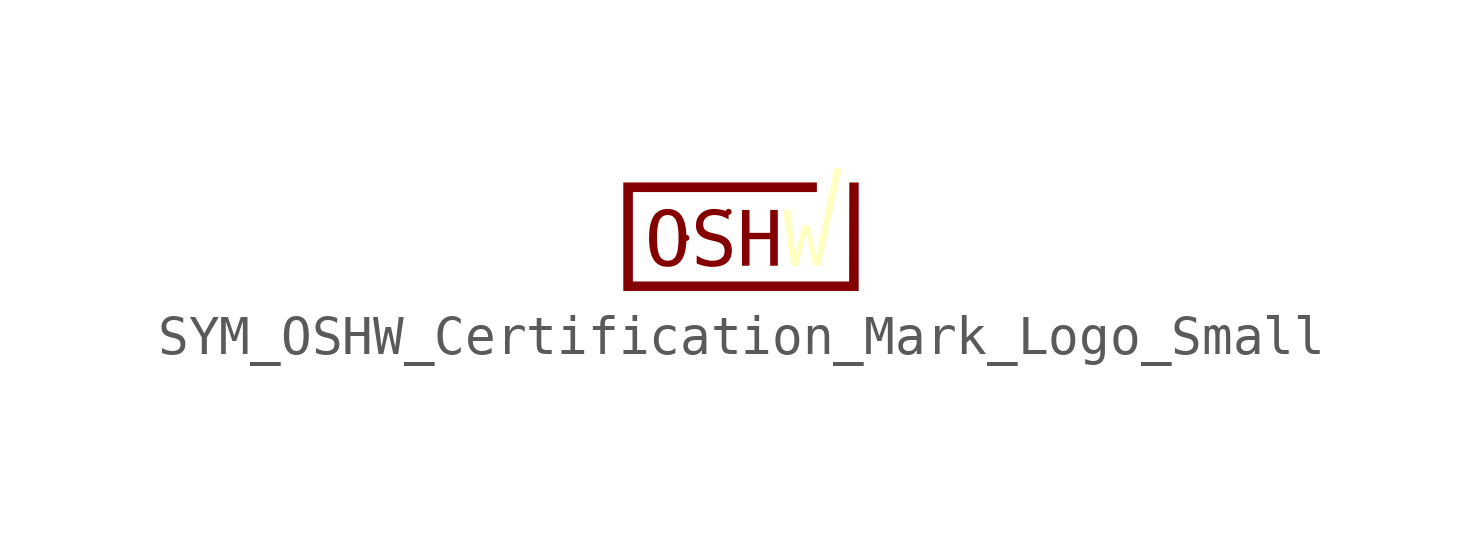
<source format=kicad_sym>
(kicad_symbol_lib
  (version 20220914)
  (generator kicad_symbol_editor)
  (symbol "SYM_OSHW_Certification_Mark_Logo_Small"
    (property "Reference" "LOGO"
      (at 0 0 0)
      (effects (font (size 1.27 1.27)) hide))
    (symbol "SYM_OSHW_Certification_Mark_Logo_Small_1_1"
      (polyline (pts (xy -1.391 -0.214) (xy -1.391 -0.214) (xy -1.391 -0.214)) (stroke (width 0) (type default)) (fill (type outline)))
      (polyline (pts (xy -0.316 0.45) (xy -0.316 0.45) (xy -0.316 0.45)) (stroke (width 0) (type default)) (fill (type outline)))
      (polyline (pts (xy 3 -1.568) (xy -3 -1.568) (xy -3 1.199) (xy -3 1.199) (xy 1.934 1.199) (xy 1.934 0.955) (xy -2.756 0.955) (xy -2.756 -1.324) (xy 2.756 -1.324) (xy 2.761 1.199) (xy 3 1.199)) (stroke (width -0.0001) (type default)) (fill (type outline)))
      (polyline (pts (xy 0.217 -0.085) (xy 0.744 -0.085) (xy 0.744 0.499) (xy 0.938 0.499) (xy 0.938 -0.924) (xy 0.744 -0.924) (xy 0.744 -0.247) (xy 0.217 -0.247) (xy 0.217 -0.924) (xy 0.024 -0.924) (xy 0.024 0.499) (xy 0.217 0.499)) (stroke (width -0.0001) (type default)) (fill (type outline)))
      (polyline (pts (xy 2.03 -0.924) (xy 1.848 -0.924) (xy 1.655 -0.079) (xy 1.462 -0.924) (xy 1.28 -0.924) (xy 1.068 0.499) (xy 1.256 0.499) (xy 1.392 -0.656) (xy 1.554 0.108) (xy 1.755 0.108) (xy 1.919 -0.658) (xy 2.38 1.556) (xy 2.568 1.556)) (stroke (width -0.0001) (type default)) (fill (type background)))
      (polyline (pts (xy -1.838 0.524) (xy -1.809 0.521) (xy -1.782 0.518) (xy -1.755 0.513) (xy -1.729 0.506) (xy -1.704 0.499) (xy -1.681 0.489) (xy -1.658 0.479) (xy -1.636 0.467) (xy -1.615 0.453) (xy -1.595 0.438) (xy -1.576 0.421) (xy -1.558 0.404) (xy -1.541 0.384) (xy -1.525 0.363) (xy -1.509 0.341) (xy -1.495 0.318) (xy -1.482 0.293) (xy -1.469 0.266) (xy -1.458 0.238) (xy -1.447 0.208) (xy -1.437 0.177) (xy -1.429 0.145) (xy -1.421 0.111) (xy -1.414 0.075) (xy -1.408 0.039) (xy -1.403 0.0001) (xy -1.399 -0.04) (xy -1.395 -0.081) (xy -1.393 -0.124) (xy -1.392 -0.168) (xy -1.391 -0.214) (xy -1.392 -0.26) (xy -1.393 -0.304) (xy -1.395 -0.347) (xy -1.399 -0.388) (xy -1.403 -0.428) (xy -1.408 -0.466) (xy -1.414 -0.503) (xy -1.421 -0.539) (xy -1.429 -0.573) (xy -1.437 -0.605) (xy -1.447 -0.636) (xy -1.458 -0.666) (xy -1.469 -0.694) (xy -1.482 -0.72) (xy -1.495 -0.745) (xy -1.509 -0.769) (xy -1.517 -0.78) (xy -1.525 -0.791) (xy -1.532 -0.802) (xy -1.541 -0.812) (xy -1.549 -0.822) (xy -1.558 -0.831) (xy -1.567 -0.84) (xy -1.576 -0.849) (xy -1.585 -0.857) (xy -1.595 -0.865) (xy -1.605 -0.873) (xy -1.615 -0.88) (xy -1.625 -0.887) (xy -1.636 -0.894) (xy -1.647 -0.9) (xy -1.658 -0.906) (xy -1.669 -0.912) (xy -1.681 -0.917) (xy -1.692 -0.922) (xy -1.704 -0.926) (xy -1.717 -0.93) (xy -1.729 -0.934) (xy -1.742 -0.937) (xy -1.755 -0.94) (xy -1.768 -0.943) (xy -1.782 -0.945) (xy -1.809 -0.949) (xy -1.838 -0.951) (xy -1.868 -0.952) (xy -1.897 -0.951) (xy -1.926 -0.949) (xy -1.954 -0.945) (xy -1.981 -0.941) (xy -2.006 -0.934) (xy -2.031 -0.926) (xy -2.055 -0.917) (xy -2.078 -0.906) (xy -2.1 -0.894) (xy -2.121 -0.881) (xy -2.141 -0.866) (xy -2.16 -0.85) (xy -2.178 -0.832) (xy -2.195 -0.812) (xy -2.211 -0.792) (xy -2.226 -0.77) (xy -2.24 -0.746) (xy -2.254 -0.721) (xy -2.266 -0.695) (xy -2.277 -0.667) (xy -2.288 -0.637) (xy -2.297 -0.606) (xy -2.306 -0.574) (xy -2.314 -0.54) (xy -2.321 -0.504) (xy -2.327 -0.468) (xy -2.332 -0.429) (xy -2.336 -0.389) (xy -2.339 -0.348) (xy -2.341 -0.305) (xy -2.343 -0.26) (xy -2.343 -0.214) (xy -2.142 -0.214) (xy -2.141 -0.29) (xy -2.138 -0.359) (xy -2.133 -0.424) (xy -2.126 -0.482) (xy -2.122 -0.509) (xy -2.117 -0.535) (xy -2.112 -0.56) (xy -2.106 -0.583) (xy -2.1 -0.605) (xy -2.093 -0.625) (xy -2.086 -0.644) (xy -2.078 -0.661) (xy -2.07 -0.677) (xy -2.066 -0.685) (xy -2.061 -0.693) (xy -2.056 -0.7) (xy -2.051 -0.707) (xy -2.046 -0.714) (xy -2.041 -0.72) (xy -2.035 -0.726) (xy -2.03 -0.732) (xy -2.024 -0.738) (xy -2.018 -0.743) (xy -2.012 -0.748) (xy -2.006 -0.753) (xy -2 -0.758) (xy -1.993 -0.762) (xy -1.987 -0.766) (xy -1.98 -0.77) (xy -1.973 -0.773) (xy -1.966 -0.777) (xy -1.958 -0.78) (xy -1.951 -0.782) (xy -1.943 -0.785) (xy -1.936 -0.787) (xy -1.928 -0.789) (xy -1.92 -0.791) (xy -1.911 -0.792) (xy -1.903 -0.793) (xy -1.894 -0.794) (xy -1.886 -0.795) (xy -1.868 -0.795) (xy -1.85 -0.795) (xy -1.832 -0.793) (xy -1.816 -0.791) (xy -1.8 -0.787) (xy -1.784 -0.782) (xy -1.769 -0.777) (xy -1.755 -0.77) (xy -1.742 -0.762) (xy -1.729 -0.753) (xy -1.717 -0.743) (xy -1.705 -0.733) (xy -1.694 -0.721) (xy -1.684 -0.708) (xy -1.674 -0.693) (xy -1.665 -0.678) (xy -1.657 -0.662) (xy -1.649 -0.645) (xy -1.642 -0.626) (xy -1.635 -0.605) (xy -1.629 -0.584) (xy -1.623 -0.561) (xy -1.618 -0.536) (xy -1.613 -0.51) (xy -1.609 -0.483) (xy -1.605 -0.454) (xy -1.601 -0.424) (xy -1.599 -0.393) (xy -1.596 -0.36) (xy -1.595 -0.326) (xy -1.593 -0.29) (xy -1.593 -0.253) (xy -1.592 -0.214) (xy -1.593 -0.139) (xy -1.596 -0.069) (xy -1.601 -0.004) (xy -1.609 0.054) (xy -1.613 0.082) (xy -1.618 0.108) (xy -1.623 0.132) (xy -1.629 0.155) (xy -1.635 0.177) (xy -1.642 0.197) (xy -1.649 0.216) (xy -1.657 0.234) (xy -1.665 0.25) (xy -1.67 0.258) (xy -1.674 0.265) (xy -1.679 0.272) (xy -1.684 0.279) (xy -1.689 0.286) (xy -1.694 0.292) (xy -1.7 0.299) (xy -1.705 0.305) (xy -1.711 0.31) (xy -1.717 0.316) (xy -1.723 0.321) (xy -1.729 0.326) (xy -1.735 0.33) (xy -1.742 0.335) (xy -1.748 0.339) (xy -1.755 0.342) (xy -1.762 0.346) (xy -1.769 0.349) (xy -1.777 0.352) (xy -1.784 0.355) (xy -1.792 0.357) (xy -1.8 0.36) (xy -1.808 0.362) (xy -1.816 0.363) (xy -1.824 0.365) (xy -1.832 0.366) (xy -1.841 0.367) (xy -1.85 0.368) (xy -1.868 0.368) (xy -1.886 0.368) (xy -1.903 0.366) (xy -1.92 0.363) (xy -1.936 0.36) (xy -1.951 0.355) (xy -1.966 0.349) (xy -1.98 0.342) (xy -1.993 0.335) (xy -2.006 0.326) (xy -2.018 0.316) (xy -2.03 0.305) (xy -2.041 0.292) (xy -2.051 0.279) (xy -2.061 0.265) (xy -2.07 0.25) (xy -2.078 0.234) (xy -2.086 0.216) (xy -2.093 0.197) (xy -2.1 0.177) (xy -2.106 0.155) (xy -2.112 0.132) (xy -2.117 0.108) (xy -2.122 0.082) (xy -2.126 0.054) (xy -2.13 0.026) (xy -2.133 -0.004) (xy -2.136 -0.036) (xy -2.138 -0.069) (xy -2.14 -0.103) (xy -2.141 -0.139) (xy -2.142 -0.176) (xy -2.142 -0.214) (xy -2.343 -0.214) (xy -2.343 -0.168) (xy -2.341 -0.124) (xy -2.339 -0.081) (xy -2.336 -0.04) (xy -2.332 0.0001) (xy -2.327 0.039) (xy -2.321 0.075) (xy -2.314 0.111) (xy -2.306 0.145) (xy -2.297 0.177) (xy -2.288 0.208) (xy -2.277 0.238) (xy -2.266 0.266) (xy -2.254 0.293) (xy -2.24 0.318) (xy -2.226 0.341) (xy -2.219 0.353) (xy -2.211 0.363) (xy -2.203 0.374) (xy -2.195 0.384) (xy -2.186 0.394) (xy -2.178 0.404) (xy -2.169 0.413) (xy -2.159 0.421) (xy -2.15 0.43) (xy -2.14 0.438) (xy -2.131 0.446) (xy -2.12 0.453) (xy -2.11 0.46) (xy -2.099 0.467) (xy -2.088 0.473) (xy -2.077 0.479) (xy -2.066 0.484) (xy -2.055 0.489) (xy -2.043 0.494) (xy -2.031 0.499) (xy -2.018 0.503) (xy -2.006 0.506) (xy -1.993 0.51) (xy -1.98 0.513) (xy -1.954 0.518) (xy -1.926 0.521) (xy -1.897 0.524) (xy -1.868 0.524)) (stroke (width -0.0001) (type default)) (fill (type outline)))
      (polyline (pts (xy -0.658 0.524) (xy -0.638 0.523) (xy -0.616 0.521) (xy -0.595 0.519) (xy -0.573 0.517) (xy -0.551 0.513) (xy -0.529 0.509) (xy -0.507 0.505) (xy -0.484 0.5) (xy -0.461 0.495) (xy -0.437 0.489) (xy -0.414 0.482) (xy -0.39 0.475) (xy -0.365 0.467) (xy -0.341 0.459) (xy -0.316 0.45) (xy -0.316 0.254) (xy -0.338 0.268) (xy -0.36 0.281) (xy -0.382 0.293) (xy -0.404 0.304) (xy -0.426 0.314) (xy -0.448 0.323) (xy -0.47 0.332) (xy -0.492 0.339) (xy -0.514 0.346) (xy -0.536 0.352) (xy -0.558 0.357) (xy -0.58 0.361) (xy -0.603 0.364) (xy -0.625 0.366) (xy -0.647 0.367) (xy -0.67 0.368) (xy -0.686 0.368) (xy -0.703 0.367) (xy -0.719 0.366) (xy -0.734 0.364) (xy -0.749 0.362) (xy -0.764 0.359) (xy -0.778 0.356) (xy -0.791 0.352) (xy -0.805 0.348) (xy -0.818 0.343) (xy -0.83 0.338) (xy -0.842 0.332) (xy -0.853 0.326) (xy -0.864 0.319) (xy -0.875 0.312) (xy -0.885 0.304) (xy -0.894 0.296) (xy -0.903 0.287) (xy -0.912 0.279) (xy -0.919 0.27) (xy -0.927 0.26) (xy -0.933 0.251) (xy -0.939 0.24) (xy -0.944 0.23) (xy -0.949 0.219) (xy -0.953 0.208) (xy -0.956 0.196) (xy -0.959 0.184) (xy -0.961 0.172) (xy -0.963 0.16) (xy -0.964 0.147) (xy -0.964 0.133) (xy -0.964 0.122) (xy -0.963 0.111) (xy -0.962 0.1) (xy -0.961 0.089) (xy -0.959 0.079) (xy -0.957 0.069) (xy -0.954 0.059) (xy -0.951 0.05) (xy -0.948 0.041) (xy -0.944 0.033) (xy -0.94 0.025) (xy -0.935 0.017) (xy -0.93 0.01) (xy -0.925 0.003) (xy -0.919 -0.004) (xy -0.913 -0.011) (xy -0.906 -0.017) (xy -0.898 -0.023) (xy -0.89 -0.029) (xy -0.881 -0.034) (xy -0.871 -0.04) (xy -0.861 -0.045) (xy -0.85 -0.051) (xy -0.838 -0.056) (xy -0.825 -0.061) (xy -0.812 -0.066) (xy -0.798 -0.071) (xy -0.784 -0.076) (xy -0.768 -0.08) (xy -0.752 -0.085) (xy -0.736 -0.089) (xy -0.718 -0.093) (xy -0.617 -0.116) (xy -0.593 -0.122) (xy -0.569 -0.129) (xy -0.546 -0.136) (xy -0.524 -0.143) (xy -0.503 -0.151) (xy -0.482 -0.159) (xy -0.463 -0.167) (xy -0.444 -0.176) (xy -0.426 -0.186) (xy -0.409 -0.196) (xy -0.393 -0.206) (xy -0.378 -0.216) (xy -0.364 -0.227) (xy -0.35 -0.239) (xy -0.337 -0.251) (xy -0.326 -0.263) (xy -0.315 -0.276) (xy -0.304 -0.289) (xy -0.294 -0.303) (xy -0.285 -0.318) (xy -0.277 -0.333) (xy -0.27 -0.348) (xy -0.263 -0.364) (xy -0.257 -0.381) (xy -0.252 -0.399) (xy -0.247 -0.416) (xy -0.243 -0.435) (xy -0.24 -0.454) (xy -0.237 -0.473) (xy -0.235 -0.494) (xy -0.234 -0.514) (xy -0.234 -0.536) (xy -0.234 -0.561) (xy -0.236 -0.585) (xy -0.238 -0.608) (xy -0.242 -0.631) (xy -0.246 -0.653) (xy -0.252 -0.674) (xy -0.258 -0.695) (xy -0.266 -0.715) (xy -0.274 -0.734) (xy -0.283 -0.752) (xy -0.293 -0.769) (xy -0.305 -0.786) (xy -0.317 -0.802) (xy -0.33 -0.817) (xy -0.345 -0.832) (xy -0.36 -0.845) (xy -0.376 -0.858) (xy -0.393 -0.87) (xy -0.411 -0.882) (xy -0.43 -0.892) (xy -0.45 -0.902) (xy -0.47 -0.91) (xy -0.492 -0.918) (xy -0.514 -0.925) (xy -0.537 -0.932) (xy -0.562 -0.937) (xy -0.587 -0.942) (xy -0.613 -0.945) (xy -0.64 -0.948) (xy -0.667 -0.95) (xy -0.696 -0.952) (xy -0.726 -0.952) (xy -0.751 -0.952) (xy -0.776 -0.951) (xy -0.801 -0.949) (xy -0.826 -0.947) (xy -0.851 -0.944) (xy -0.876 -0.94) (xy -0.902 -0.935) (xy -0.927 -0.93) (xy -0.952 -0.925) (xy -0.977 -0.918) (xy -1.003 -0.911) (xy -1.028 -0.904) (xy -1.054 -0.895) (xy -1.079 -0.886) (xy -1.104 -0.877) (xy -1.13 -0.866) (xy -1.13 -0.661) (xy -1.103 -0.678) (xy -1.076 -0.694) (xy -1.049 -0.708) (xy -1.023 -0.722) (xy -0.998 -0.734) (xy -0.972 -0.745) (xy -0.948 -0.755) (xy -0.923 -0.763) (xy -0.898 -0.771) (xy -0.874 -0.778) (xy -0.849 -0.783) (xy -0.825 -0.788) (xy -0.8 -0.791) (xy -0.775 -0.794) (xy -0.751 -0.795) (xy -0.726 -0.796) (xy -0.708 -0.795) (xy -0.69 -0.795) (xy -0.673 -0.793) (xy -0.657 -0.792) (xy -0.641 -0.789) (xy -0.625 -0.787) (xy -0.611 -0.783) (xy -0.596 -0.78) (xy -0.582 -0.775) (xy -0.569 -0.77) (xy -0.556 -0.765) (xy -0.543 -0.759) (xy -0.532 -0.753) (xy -0.52 -0.746) (xy -0.509 -0.739) (xy -0.499 -0.731) (xy -0.489 -0.723) (xy -0.48 -0.714) (xy -0.471 -0.705) (xy -0.464 -0.695) (xy -0.456 -0.685) (xy -0.45 -0.674) (xy -0.444 -0.664) (xy -0.438 -0.652) (xy -0.433 -0.641) (xy -0.429 -0.629) (xy -0.426 -0.616) (xy -0.423 -0.603) (xy -0.421 -0.59) (xy -0.419 -0.577) (xy -0.418 -0.562) (xy -0.418 -0.548) (xy -0.418 -0.535) (xy -0.419 -0.522) (xy -0.42 -0.51) (xy -0.421 -0.498) (xy -0.423 -0.486) (xy -0.426 -0.475) (xy -0.429 -0.464) (xy -0.432 -0.454) (xy -0.436 -0.444) (xy -0.44 -0.434) (xy -0.445 -0.425) (xy -0.45 -0.416) (xy -0.455 -0.408) (xy -0.461 -0.4) (xy -0.467 -0.392) (xy -0.474 -0.385) (xy -0.481 -0.378) (xy -0.489 -0.371) (xy -0.498 -0.365) (xy -0.507 -0.358) (xy -0.517 -0.352) (xy -0.527 -0.346) (xy -0.538 -0.341) (xy -0.55 -0.335) (xy -0.563 -0.33) (xy -0.576 -0.325) (xy -0.589 -0.32) (xy -0.604 -0.315) (xy -0.619 -0.311) (xy -0.634 -0.306) (xy -0.651 -0.302) (xy -0.668 -0.298) (xy -0.771 -0.275) (xy -0.795 -0.269) (xy -0.818 -0.263) (xy -0.841 -0.256) (xy -0.863 -0.249) (xy -0.884 -0.242) (xy -0.904 -0.234) (xy -0.923 -0.227) (xy -0.942 -0.218) (xy -0.959 -0.21) (xy -0.976 -0.201) (xy -0.992 -0.191) (xy -1.007 -0.182) (xy -1.021 -0.172) (xy -1.034 -0.161) (xy -1.047 -0.15) (xy -1.058 -0.139) (xy -1.069 -0.128) (xy -1.079 -0.116) (xy -1.089 -0.103) (xy -1.098 -0.09) (xy -1.106 -0.076) (xy -1.113 -0.063) (xy -1.12 -0.048) (xy -1.126 -0.033) (xy -1.131 -0.018) (xy -1.135 -0.002) (xy -1.139 0.015) (xy -1.142 0.032) (xy -1.145 0.049) (xy -1.147 0.067) (xy -1.148 0.085) (xy -1.148 0.104) (xy -1.147 0.127) (xy -1.146 0.15) (xy -1.143 0.173) (xy -1.14 0.194) (xy -1.135 0.215) (xy -1.13 0.236) (xy -1.123 0.256) (xy -1.116 0.275) (xy -1.108 0.294) (xy -1.098 0.312) (xy -1.088 0.33) (xy -1.076 0.347) (xy -1.064 0.363) (xy -1.05 0.379) (xy -1.036 0.394) (xy -1.02 0.409) (xy -1.004 0.423) (xy -0.987 0.436) (xy -0.969 0.448) (xy -0.951 0.459) (xy -0.932 0.47) (xy -0.912 0.479) (xy -0.892 0.488) (xy -0.871 0.495) (xy -0.849 0.502) (xy -0.827 0.508) (xy -0.804 0.513) (xy -0.78 0.517) (xy -0.756 0.52) (xy -0.731 0.522) (xy -0.705 0.524) (xy -0.679 0.524)) (stroke (width -0.0001) (type default)) (fill (type outline))))))
</source>
